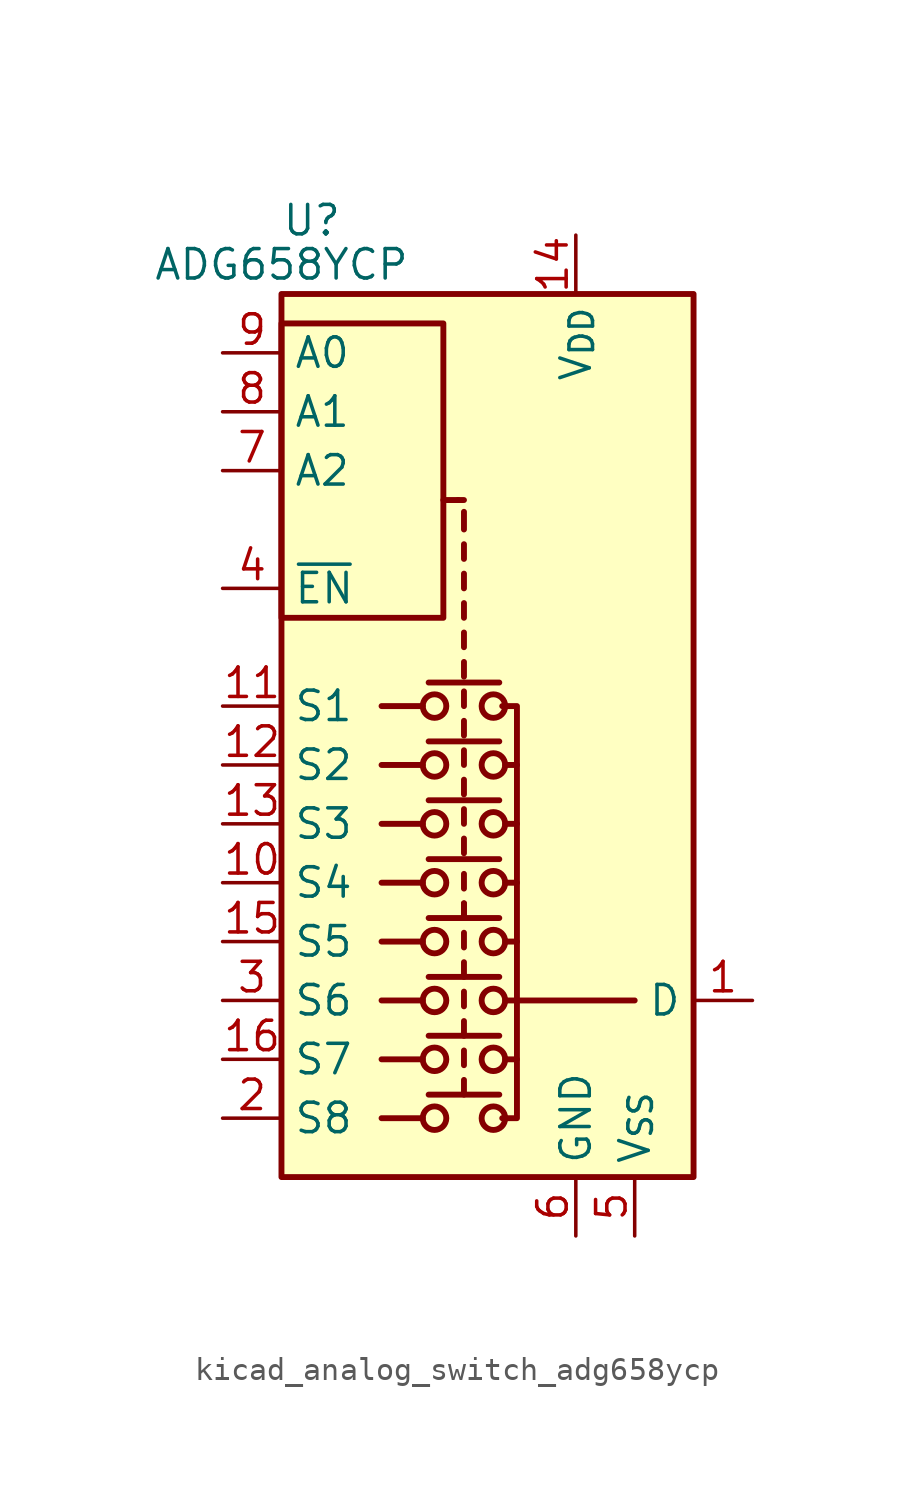
<source format=kicad_sym>
(kicad_symbol_lib
  (version 20220914)
  (generator kicad_symbol_editor)
  (symbol "kicad_analog_switch_adg658ycp"
    (property "Reference" "U"
      (at -7.62 23.495 0)
      (effects (font (size 1.27 1.27)) (justify left)))
    (property "Value" "ADG658YCP"
      (at -7.62 21.59 0)
      (effects (font (size 1.27 1.27))))
    (symbol "kicad_analog_switch_adg658ycp_0_0"
      (pin power_in line (at 5.08 -20.32 90) (length 2.54) (name "GND" (effects (font (size 1.27 1.27)))) (number "6" (effects (font (size 1.27 1.27))))))
    (symbol "kicad_analog_switch_adg658ycp_0_1"
      (rectangle (start -7.62 6.35) (end -0.635 19.05) (stroke (width 0.254) (type default)) (fill (type none)))
      (rectangle (start -7.62 20.32) (end 10.16 -17.78) (stroke (width 0.254) (type default)) (fill (type background)))
      (circle (center -1.016 -15.24) (radius 0.508) (stroke (width 0.254) (type default)) (fill (type none)))
      (circle (center -1.016 -12.7) (radius 0.508) (stroke (width 0.254) (type default)) (fill (type none)))
      (circle (center -1.016 -10.16) (radius 0.508) (stroke (width 0.254) (type default)) (fill (type none)))
      (circle (center -1.016 -7.62) (radius 0.508) (stroke (width 0.254) (type default)) (fill (type none)))
      (circle (center -1.016 -5.08) (radius 0.508) (stroke (width 0.254) (type default)) (fill (type none)))
      (circle (center -1.016 -2.54) (radius 0.508) (stroke (width 0.254) (type default)) (fill (type none)))
      (circle (center -1.016 0) (radius 0.508) (stroke (width 0.254) (type default)) (fill (type none)))
      (circle (center -1.016 2.54) (radius 0.508) (stroke (width 0.254) (type default)) (fill (type none)))
      (polyline (pts (xy -1.524 -15.24) (xy -3.302 -15.24)) (stroke (width 0.254) (type default)) (fill (type none)))
      (polyline (pts (xy -1.524 -12.7) (xy -3.302 -12.7)) (stroke (width 0.254) (type default)) (fill (type none)))
      (polyline (pts (xy -1.524 -10.16) (xy -3.302 -10.16)) (stroke (width 0.254) (type default)) (fill (type none)))
      (polyline (pts (xy -1.524 -7.62) (xy -3.302 -7.62)) (stroke (width 0.254) (type default)) (fill (type none)))
      (polyline (pts (xy -1.524 -5.08) (xy -3.302 -5.08)) (stroke (width 0.254) (type default)) (fill (type none)))
      (polyline (pts (xy -1.524 -2.54) (xy -3.302 -2.54)) (stroke (width 0.254) (type default)) (fill (type none)))
      (polyline (pts (xy -1.524 0) (xy -3.302 0)) (stroke (width 0.254) (type default)) (fill (type none)))
      (polyline (pts (xy -1.524 2.54) (xy -3.302 2.54)) (stroke (width 0.254) (type default)) (fill (type none)))
      (polyline (pts (xy -1.27 -14.224) (xy 1.778 -14.224)) (stroke (width 0.254) (type default)) (fill (type none)))
      (polyline (pts (xy -1.27 -11.684) (xy 1.778 -11.684)) (stroke (width 0.254) (type default)) (fill (type none)))
      (polyline (pts (xy -1.27 -9.144) (xy 1.778 -9.144)) (stroke (width 0.254) (type default)) (fill (type none)))
      (polyline (pts (xy -1.27 -6.604) (xy 1.778 -6.604)) (stroke (width 0.254) (type default)) (fill (type none)))
      (polyline (pts (xy -1.27 -4.064) (xy 1.778 -4.064)) (stroke (width 0.254) (type default)) (fill (type none)))
      (polyline (pts (xy -1.27 -1.524) (xy 1.778 -1.524)) (stroke (width 0.254) (type default)) (fill (type none)))
      (polyline (pts (xy -1.27 1.016) (xy 1.778 1.016)) (stroke (width 0.254) (type default)) (fill (type none)))
      (polyline (pts (xy -1.27 3.556) (xy 1.778 3.556)) (stroke (width 0.254) (type default)) (fill (type none)))
      (polyline (pts (xy -0.635 11.43) (xy 0 11.43)) (stroke (width 0.254) (type default)) (fill (type none)))
      (polyline (pts (xy 0.254 -14.224) (xy 0.254 -13.589)) (stroke (width 0.254) (type default)) (fill (type none)))
      (polyline (pts (xy 0.254 -12.954) (xy 0.254 -12.319)) (stroke (width 0.254) (type default)) (fill (type none)))
      (polyline (pts (xy 0.254 -11.684) (xy 0.254 -11.049)) (stroke (width 0.254) (type default)) (fill (type none)))
      (polyline (pts (xy 0.254 -10.414) (xy 0.254 -9.779)) (stroke (width 0.254) (type default)) (fill (type none)))
      (polyline (pts (xy 0.254 -9.144) (xy 0.254 -8.509)) (stroke (width 0.254) (type default)) (fill (type none)))
      (polyline (pts (xy 0.254 -7.874) (xy 0.254 -7.239)) (stroke (width 0.254) (type default)) (fill (type none)))
      (polyline (pts (xy 0.254 -6.604) (xy 0.254 -5.969)) (stroke (width 0.254) (type default)) (fill (type none)))
      (polyline (pts (xy 0.254 -6.604) (xy 0.254 -5.969)) (stroke (width 0.254) (type default)) (fill (type none)))
      (polyline (pts (xy 0.254 -5.334) (xy 0.254 -4.699)) (stroke (width 0.254) (type default)) (fill (type none)))
      (polyline (pts (xy 0.254 -3.81) (xy 0.254 -3.175)) (stroke (width 0.254) (type default)) (fill (type none)))
      (polyline (pts (xy 0.254 -2.54) (xy 0.254 -1.905)) (stroke (width 0.254) (type default)) (fill (type none)))
      (polyline (pts (xy 0.254 -1.27) (xy 0.254 -0.635)) (stroke (width 0.254) (type default)) (fill (type none)))
      (polyline (pts (xy 0.254 0) (xy 0.254 0.635)) (stroke (width 0.254) (type default)) (fill (type none)))
      (polyline (pts (xy 0.254 1.27) (xy 0.254 1.905)) (stroke (width 0.254) (type default)) (fill (type none)))
      (polyline (pts (xy 0.254 2.54) (xy 0.254 3.175)) (stroke (width 0.254) (type default)) (fill (type none)))
      (polyline (pts (xy 0.254 3.81) (xy 0.254 4.445)) (stroke (width 0.254) (type default)) (fill (type none)))
      (polyline (pts (xy 0.254 5.08) (xy 0.254 5.715)) (stroke (width 0.254) (type default)) (fill (type none)))
      (polyline (pts (xy 0.254 6.35) (xy 0.254 6.985)) (stroke (width 0.254) (type default)) (fill (type none)))
      (polyline (pts (xy 0.254 7.62) (xy 0.254 8.255)) (stroke (width 0.254) (type default)) (fill (type none)))
      (polyline (pts (xy 0.254 8.89) (xy 0.254 9.525)) (stroke (width 0.254) (type default)) (fill (type none)))
      (polyline (pts (xy 0.254 10.16) (xy 0.254 10.922)) (stroke (width 0.254) (type default)) (fill (type none)))
      (polyline (pts (xy 0.254 11.43) (xy 0 11.43)) (stroke (width 0.254) (type default)) (fill (type none)))
      (polyline (pts (xy 2.032 -12.7) (xy 2.54 -12.7)) (stroke (width 0.254) (type default)) (fill (type none)))
      (polyline (pts (xy 2.032 -10.16) (xy 2.54 -10.16)) (stroke (width 0.254) (type default)) (fill (type none)))
      (polyline (pts (xy 2.032 -7.62) (xy 2.54 -7.62)) (stroke (width 0.254) (type default)) (fill (type none)))
      (polyline (pts (xy 2.032 -5.08) (xy 2.54 -5.08)) (stroke (width 0.254) (type default)) (fill (type none)))
      (polyline (pts (xy 2.032 -2.54) (xy 2.54 -2.54)) (stroke (width 0.254) (type default)) (fill (type none)))
      (polyline (pts (xy 2.032 0) (xy 2.54 0)) (stroke (width 0.254) (type default)) (fill (type none)))
      (polyline (pts (xy 2.54 -10.16) (xy 7.62 -10.16)) (stroke (width 0.254) (type default)) (fill (type none)))
      (polyline (pts (xy 1.905 2.54) (xy 2.54 2.54) (xy 2.54 -15.24) (xy 1.905 -15.24)) (stroke (width 0.254) (type default)) (fill (type none)))
      (circle (center 1.524 -15.24) (radius 0.508) (stroke (width 0.254) (type default)) (fill (type none)))
      (circle (center 1.524 -12.7) (radius 0.508) (stroke (width 0.254) (type default)) (fill (type none)))
      (circle (center 1.524 -10.16) (radius 0.508) (stroke (width 0.254) (type default)) (fill (type none)))
      (circle (center 1.524 -7.62) (radius 0.508) (stroke (width 0.254) (type default)) (fill (type none)))
      (circle (center 1.524 -5.08) (radius 0.508) (stroke (width 0.254) (type default)) (fill (type none)))
      (circle (center 1.524 -2.54) (radius 0.508) (stroke (width 0.254) (type default)) (fill (type none)))
      (circle (center 1.524 0) (radius 0.508) (stroke (width 0.254) (type default)) (fill (type none)))
      (circle (center 1.524 2.54) (radius 0.508) (stroke (width 0.254) (type default)) (fill (type none))))
    (symbol "kicad_analog_switch_adg658ycp_1_1"
      (pin bidirectional line (at 12.7 -10.16 180) (length 2.54) (name "D" (effects (font (size 1.27 1.27)))) (number "1" (effects (font (size 1.27 1.27)))))
      (pin bidirectional line (at -10.16 -5.08 0) (length 2.54) (name "S4" (effects (font (size 1.27 1.27)))) (number "10" (effects (font (size 1.27 1.27)))))
      (pin bidirectional line (at -10.16 2.54 0) (length 2.54) (name "S1" (effects (font (size 1.27 1.27)))) (number "11" (effects (font (size 1.27 1.27)))))
      (pin bidirectional line (at -10.16 0 0) (length 2.54) (name "S2" (effects (font (size 1.27 1.27)))) (number "12" (effects (font (size 1.27 1.27)))))
      (pin bidirectional line (at -10.16 -2.54 0) (length 2.54) (name "S3" (effects (font (size 1.27 1.27)))) (number "13" (effects (font (size 1.27 1.27)))))
      (pin power_in line (at 5.08 22.86 270) (length 2.54) (name "V_{DD}" (effects (font (size 1.27 1.27)))) (number "14" (effects (font (size 1.27 1.27)))))
      (pin bidirectional line (at -10.16 -7.62 0) (length 2.54) (name "S5" (effects (font (size 1.27 1.27)))) (number "15" (effects (font (size 1.27 1.27)))))
      (pin bidirectional line (at -10.16 -12.7 0) (length 2.54) (name "S7" (effects (font (size 1.27 1.27)))) (number "16" (effects (font (size 1.27 1.27)))))
      (pin no_connect line (at 2.54 -17.78 90) (length 2.54) hide (name "EPAD" (effects (font (size 1.27 1.27)))) (number "17" (effects (font (size 1.27 1.27)))))
      (pin bidirectional line (at -10.16 -15.24 0) (length 2.54) (name "S8" (effects (font (size 1.27 1.27)))) (number "2" (effects (font (size 1.27 1.27)))))
      (pin bidirectional line (at -10.16 -10.16 0) (length 2.54) (name "S6" (effects (font (size 1.27 1.27)))) (number "3" (effects (font (size 1.27 1.27)))))
      (pin input line (at -10.16 7.62 0) (length 2.54) (name "~{EN}" (effects (font (size 1.27 1.27)))) (number "4" (effects (font (size 1.27 1.27)))))
      (pin power_in line (at 7.62 -20.32 90) (length 2.54) (name "V_{SS}" (effects (font (size 1.27 1.27)))) (number "5" (effects (font (size 1.27 1.27)))))
      (pin input line (at -10.16 12.7 0) (length 2.54) (name "A2" (effects (font (size 1.27 1.27)))) (number "7" (effects (font (size 1.27 1.27)))))
      (pin input line (at -10.16 15.24 0) (length 2.54) (name "A1" (effects (font (size 1.27 1.27)))) (number "8" (effects (font (size 1.27 1.27)))))
      (pin input line (at -10.16 17.78 0) (length 2.54) (name "A0" (effects (font (size 1.27 1.27)))) (number "9" (effects (font (size 1.27 1.27))))))))
</source>
